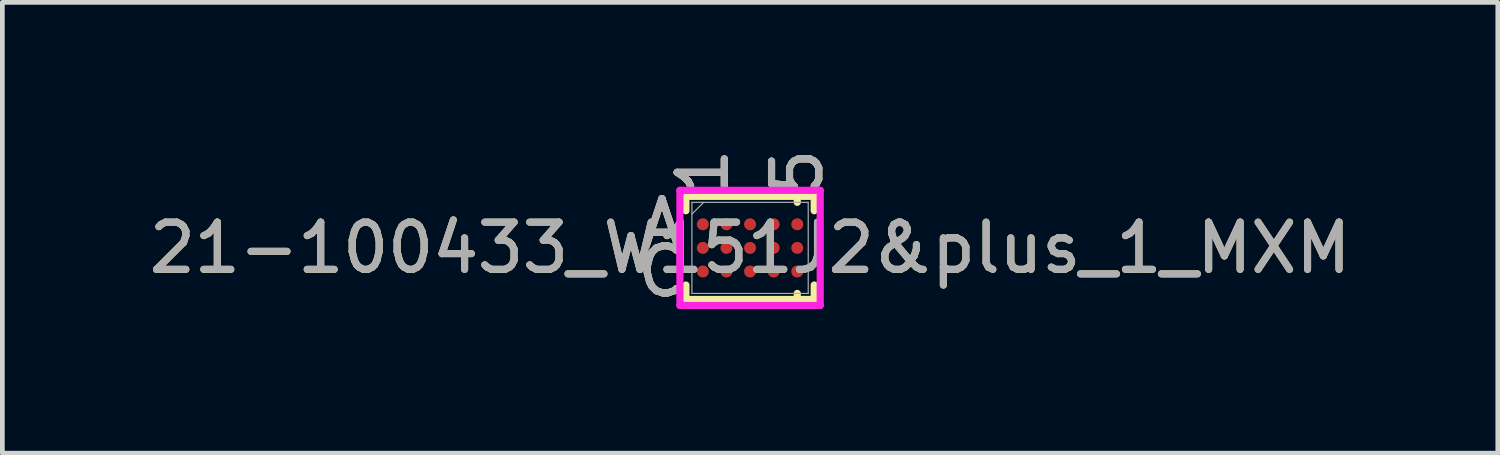
<source format=kicad_pcb>
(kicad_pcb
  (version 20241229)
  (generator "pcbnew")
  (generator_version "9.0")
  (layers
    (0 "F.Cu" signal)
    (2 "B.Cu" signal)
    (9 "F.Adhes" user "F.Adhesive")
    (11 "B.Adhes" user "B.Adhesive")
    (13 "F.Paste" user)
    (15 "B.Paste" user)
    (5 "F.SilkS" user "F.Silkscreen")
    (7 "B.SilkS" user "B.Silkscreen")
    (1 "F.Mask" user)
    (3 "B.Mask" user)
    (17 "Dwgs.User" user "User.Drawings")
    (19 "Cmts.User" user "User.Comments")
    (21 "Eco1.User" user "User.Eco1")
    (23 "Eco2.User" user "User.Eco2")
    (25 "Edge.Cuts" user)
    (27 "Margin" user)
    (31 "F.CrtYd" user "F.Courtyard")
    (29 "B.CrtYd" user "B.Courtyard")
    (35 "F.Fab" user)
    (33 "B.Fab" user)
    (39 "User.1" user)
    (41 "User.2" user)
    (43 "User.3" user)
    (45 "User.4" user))
  (footprint "21-100433_W151J2&plus_1_MXM"
    (layer "F.Cu")
    (at 12.839 2.201)
    (property "Reference" "21-100433_W151J2&plus_1_MXM" (at 0 0 0) (unlocked yes) (layer "F.SilkS") (effects (font (size 1 1) (thickness 0.15))))
    (attr smd)
    (fp_line (start -1.359 -1.092) (end -1.359 -0.787) (stroke (width 0.152) (type solid)) (layer "F.SilkS"))
    (fp_line (start -1.359 0.787) (end -1.359 1.092) (stroke (width 0.152) (type solid)) (layer "F.SilkS"))
    (fp_line (start -1.359 1.092) (end 1.359 1.092) (stroke (width 0.152) (type solid)) (layer "F.SilkS"))
    (fp_line (start 1 -0.965) (end 1 -1.219) (stroke (width 0.152) (type solid)) (layer "F.SilkS"))
    (fp_line (start 1 0.965) (end 1 1.219) (stroke (width 0.152) (type solid)) (layer "F.SilkS"))
    (fp_line (start 1.359 -1.092) (end -1.359 -1.092) (stroke (width 0.152) (type solid)) (layer "F.SilkS"))
    (fp_line (start 1.359 -0.787) (end 1.359 -1.092) (stroke (width 0.152) (type solid)) (layer "F.SilkS"))
    (fp_line (start 1.359 1.092) (end 1.359 0.787) (stroke (width 0.152) (type solid)) (layer "F.SilkS"))
    (fp_poly (pts (xy -1.694 -1.194) (xy 1.694 -1.194) (xy 1.694 1.194) (xy -1.694 1.194)) (stroke (width 0.1) (type solid)) (fill no) (layer "Eco2.User"))
    (fp_line (start -1.486 -1.219) (end 1.486 -1.219) (stroke (width 0.152) (type solid)) (layer "F.CrtYd"))
    (fp_line (start -1.486 1.219) (end -1.486 -1.219) (stroke (width 0.152) (type solid)) (layer "F.CrtYd"))
    (fp_line (start 1.486 -1.219) (end 1.486 1.219) (stroke (width 0.152) (type solid)) (layer "F.CrtYd"))
    (fp_line (start 1.486 1.219) (end -1.486 1.219) (stroke (width 0.152) (type solid)) (layer "F.CrtYd"))
    (fp_line (start -1.232 -0.965) (end -1.232 0.965) (stroke (width 0.025) (type solid)) (layer "F.Fab"))
    (fp_line (start -1.232 0.965) (end 1.232 0.965) (stroke (width 0.025) (type solid)) (layer "F.Fab"))
    (fp_line (start -0.982 -0.965) (end -1.232 -0.715) (stroke (width 0.025) (type solid)) (layer "F.Fab"))
    (fp_line (start 1.232 -0.965) (end -1.232 -0.965) (stroke (width 0.025) (type solid)) (layer "F.Fab"))
    (fp_line (start 1.232 0.965) (end 1.232 -0.965) (stroke (width 0.025) (type solid)) (layer "F.Fab"))
    (fp_text user "5" (at 1 -1.6 90) (unlocked yes) (layer "F.SilkS") (effects (font (size 1 1) (thickness 0.15))))
    (fp_text user "1" (at -1 -1.6 90) (unlocked yes) (layer "F.SilkS") (effects (font (size 1 1) (thickness 0.15))))
    (fp_text user "A" (at -1.867 -0.5 0) (unlocked yes) (layer "F.SilkS") (effects (font (size 1 1) (thickness 0.15))))
    (fp_text user "C" (at -1.867 0.5 0) (unlocked yes) (layer "F.SilkS") (effects (font (size 1 1) (thickness 0.15))))
    (fp_text user "5" (at 1 -1.6 90) (unlocked yes) (layer "B.SilkS") (effects (font (size 1 1) (thickness 0.15))))
    (fp_text user "A" (at -1.867 -0.5 0) (unlocked yes) (layer "B.SilkS") (effects (font (size 1 1) (thickness 0.15))))
    (fp_text user "C" (at -1.867 0.5 0) (unlocked yes) (layer "B.SilkS") (effects (font (size 1 1) (thickness 0.15))))
    (fp_text user "1" (at -1 -1.6 90) (unlocked yes) (layer "B.SilkS") (effects (font (size 1 1) (thickness 0.15))))
    (fp_text user "1" (at -1 -1.6 90) (unlocked yes) (layer "F.Fab") (effects (font (size 1 1) (thickness 0.15))))
    (fp_text user "5" (at 1 -1.6 90) (unlocked yes) (layer "F.Fab") (effects (font (size 1 1) (thickness 0.15))))
    (fp_text user "${REFERENCE}" (at 0 0 0) (unlocked yes) (layer "F.Fab") (effects (font (size 1 1) (thickness 0.15))))
    (fp_text user "A" (at -1.867 -0.5 0) (unlocked yes) (layer "F.Fab") (effects (font (size 1 1) (thickness 0.15))))
    (fp_text user "C" (at -1.867 0.5 0) (unlocked yes) (layer "F.Fab") (effects (font (size 1 1) (thickness 0.15))))
    (pad "A1" smd circle (at -1 -0.5) (size 0.254 0.254) (layers "F.Cu" "F.Mask" "F.Paste"))
    (pad "A2" smd circle (at -0.5 -0.5) (size 0.254 0.254) (layers "F.Cu" "F.Mask" "F.Paste"))
    (pad "A3" smd circle (at 0 -0.5) (size 0.254 0.254) (layers "F.Cu" "F.Mask" "F.Paste"))
    (pad "A4" smd circle (at 0.5 -0.5) (size 0.254 0.254) (layers "F.Cu" "F.Mask" "F.Paste"))
    (pad "A5" smd circle (at 1 -0.5) (size 0.254 0.254) (layers "F.Cu" "F.Mask" "F.Paste"))
    (pad "B1" smd circle (at -1 0) (size 0.254 0.254) (layers "F.Cu" "F.Mask" "F.Paste"))
    (pad "B2" smd circle (at -0.5 0) (size 0.254 0.254) (layers "F.Cu" "F.Mask" "F.Paste"))
    (pad "B3" smd circle (at 0 0) (size 0.254 0.254) (layers "F.Cu" "F.Mask" "F.Paste"))
    (pad "B4" smd circle (at 0.5 0) (size 0.254 0.254) (layers "F.Cu" "F.Mask" "F.Paste"))
    (pad "B5" smd circle (at 1 0) (size 0.254 0.254) (layers "F.Cu" "F.Mask" "F.Paste"))
    (pad "C1" smd circle (at -1 0.5) (size 0.254 0.254) (layers "F.Cu" "F.Mask" "F.Paste"))
    (pad "C2" smd circle (at -0.5 0.5) (size 0.254 0.254) (layers "F.Cu" "F.Mask" "F.Paste"))
    (pad "C3" smd circle (at 0 0.5) (size 0.254 0.254) (layers "F.Cu" "F.Mask" "F.Paste"))
    (pad "C4" smd circle (at 0.5 0.5) (size 0.254 0.254) (layers "F.Cu" "F.Mask" "F.Paste"))
    (pad "C5" smd circle (at 1 0.5) (size 0.254 0.254) (layers "F.Cu" "F.Mask" "F.Paste")))
  (gr_rect
    (start -3 -3)
    (end 28.679 6.55)
    (stroke (width 0.1) (type default))
    (fill no)
    (layer "Edge.Cuts")))
</source>
